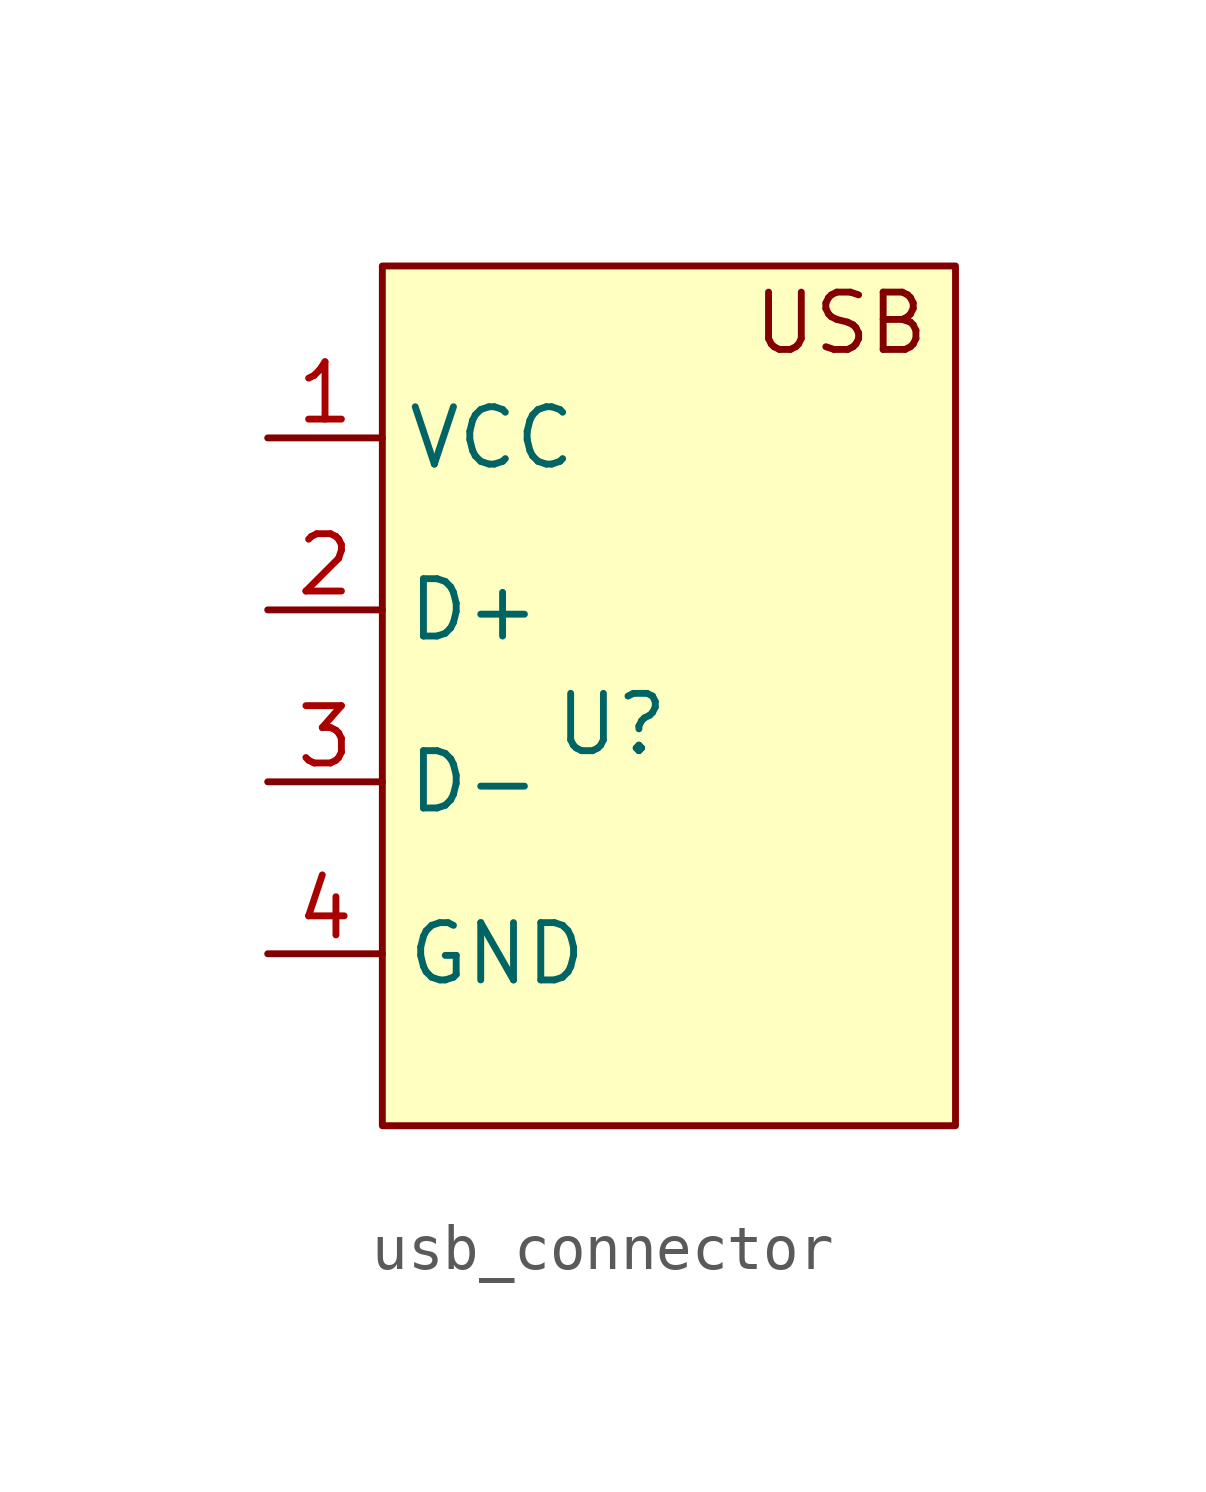
<source format=kicad_sym>
(kicad_symbol_lib
  (version 20220914)
  (generator kicad_symbol_editor)
  (symbol "usb_connector"
    (property "Reference" "U"
      (at 0 0 0)
      (effects (font (size 1.27 1.27))))
    (property "Value" ""
      (at 0 0 0)
      (effects (font (size 1.27 1.27))))
    (symbol "usb_connector_1_1"
      (rectangle (start -5.08 10.16) (end 7.62 -8.89) (stroke (width 0) (type default)) (fill (type background)))
      (text "USB\n" (at 5.08 8.89 0) (effects (font (size 1.27 1.27))))
      (pin power_in line (at -7.62 6.35 0) (length 2.54) (name "VCC" (effects (font (size 1.27 1.27)))) (number "1" (effects (font (size 1.27 1.27)))))
      (pin bidirectional line (at -7.62 2.54 0) (length 2.54) (name "D+" (effects (font (size 1.27 1.27)))) (number "2" (effects (font (size 1.27 1.27)))))
      (pin bidirectional line (at -7.62 -1.27 0) (length 2.54) (name "D-" (effects (font (size 1.27 1.27)))) (number "3" (effects (font (size 1.27 1.27)))))
      (pin power_in line (at -7.62 -5.08 0) (length 2.54) (name "GND" (effects (font (size 1.27 1.27)))) (number "4" (effects (font (size 1.27 1.27))))))))
</source>
